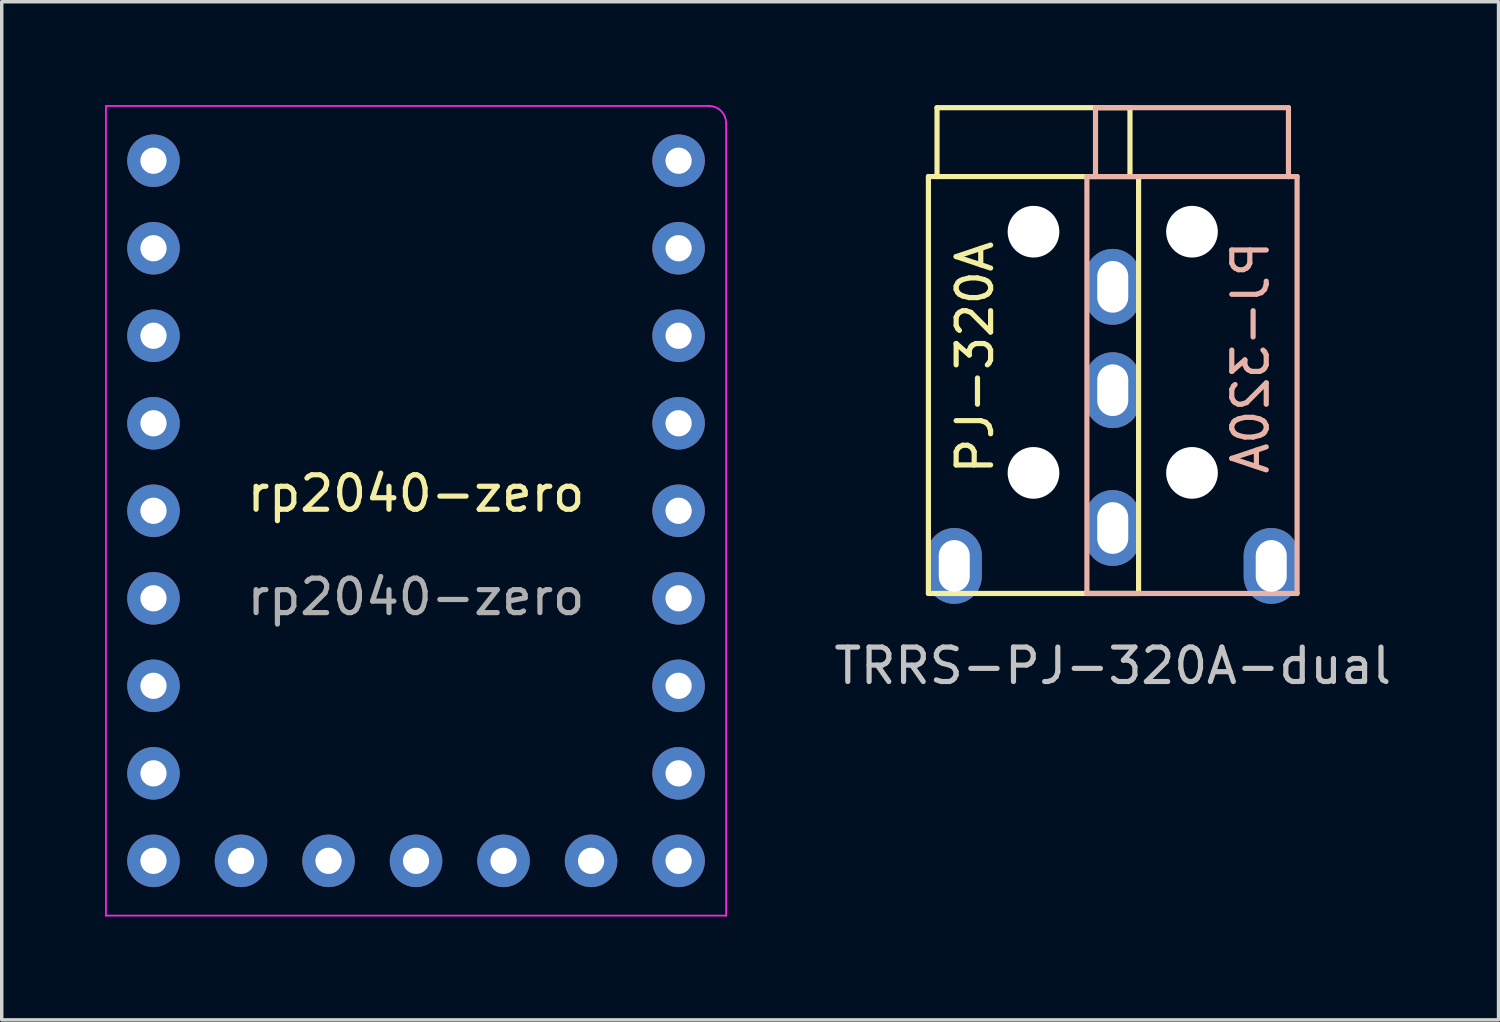
<source format=kicad_pcb>
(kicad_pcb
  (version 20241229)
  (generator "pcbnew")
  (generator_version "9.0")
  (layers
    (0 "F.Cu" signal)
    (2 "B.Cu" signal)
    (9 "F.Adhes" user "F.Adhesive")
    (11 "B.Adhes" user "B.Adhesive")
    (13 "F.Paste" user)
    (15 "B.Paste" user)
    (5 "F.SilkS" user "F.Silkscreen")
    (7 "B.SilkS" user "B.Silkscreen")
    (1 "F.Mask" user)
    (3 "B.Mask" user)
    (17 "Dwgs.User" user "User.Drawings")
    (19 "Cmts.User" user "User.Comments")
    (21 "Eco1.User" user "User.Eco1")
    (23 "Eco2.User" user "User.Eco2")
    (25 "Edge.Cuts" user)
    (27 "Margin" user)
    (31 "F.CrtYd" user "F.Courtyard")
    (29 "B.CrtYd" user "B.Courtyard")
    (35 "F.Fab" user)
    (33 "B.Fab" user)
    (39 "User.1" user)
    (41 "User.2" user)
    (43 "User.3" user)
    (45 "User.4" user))
  (footprint "TRRS-PJ-320A-dual"
    (layer "F.Cu")
    (at 29.246 2.075)
    (property "Reference" "TRRS-PJ-320A-dual" (at 0 14.2 0) (layer "Dwgs.User") (effects (font (size 1 1) (thickness 0.15))))
    (attr through_hole)
    (fp_line (start -5.35 0) (end -5.35 12.1) (stroke (width 0.15) (type solid)) (layer "F.SilkS"))
    (fp_line (start -5.1 0) (end -5.1 -2) (stroke (width 0.15) (type solid)) (layer "F.SilkS"))
    (fp_line (start 0.5 -2) (end -5.1 -2) (stroke (width 0.15) (type solid)) (layer "F.SilkS"))
    (fp_line (start 0.5 0) (end 0.5 -2) (stroke (width 0.15) (type solid)) (layer "F.SilkS"))
    (fp_line (start 0.75 0) (end -5.35 0) (stroke (width 0.15) (type solid)) (layer "F.SilkS"))
    (fp_line (start 0.75 0) (end 0.75 12.1) (stroke (width 0.15) (type solid)) (layer "F.SilkS"))
    (fp_line (start 0.75 12.1) (end -5.35 12.1) (stroke (width 0.15) (type solid)) (layer "F.SilkS"))
    (fp_line (start -0.75 0) (end -0.75 12.1) (stroke (width 0.15) (type solid)) (layer "B.SilkS"))
    (fp_line (start -0.75 0) (end 5.35 0) (stroke (width 0.15) (type solid)) (layer "B.SilkS"))
    (fp_line (start -0.75 12.1) (end 5.35 12.1) (stroke (width 0.15) (type solid)) (layer "B.SilkS"))
    (fp_line (start -0.5 -2) (end 5.1 -2) (stroke (width 0.15) (type solid)) (layer "B.SilkS"))
    (fp_line (start -0.5 0) (end -0.5 -2) (stroke (width 0.15) (type solid)) (layer "B.SilkS"))
    (fp_line (start 5.1 0) (end 5.1 -2) (stroke (width 0.15) (type solid)) (layer "B.SilkS"))
    (fp_line (start 5.35 0) (end 5.35 12.1) (stroke (width 0.15) (type solid)) (layer "B.SilkS"))
    (fp_text user "PJ-320A" (at -4 5.25 90) (layer "F.SilkS") (effects (font (size 1 1) (thickness 0.15))))
    (fp_text user "PJ-320A" (at 4 5.25 270) (layer "B.SilkS") (effects (font (size 1 1) (thickness 0.15)) (justify mirror)))
    (pad "" np_thru_hole circle (at -2.3 1.6) (size 1.5 1.5) (drill 1.5) (layers "*.Cu" "*.Mask"))
    (pad "" np_thru_hole circle (at -2.3 8.6) (size 1.5 1.5) (drill 1.5) (layers "*.Cu" "*.Mask"))
    (pad "" np_thru_hole circle (at 2.3 1.6) (size 1.5 1.5) (drill 1.5) (layers "*.Cu" "*.Mask"))
    (pad "" np_thru_hole circle (at 2.3 8.6) (size 1.5 1.5) (drill 1.5) (layers "*.Cu" "*.Mask"))
    (pad "R1" thru_hole oval (at 0 10.2) (size 1.6 2.2) (drill oval 0.9 1.5) (layers "*.Cu" "*.Mask"))
    (pad "R2" thru_hole oval (at 0 6.2) (size 1.6 2.2) (drill oval 0.9 1.5) (layers "*.Cu" "*.Mask"))
    (pad "S" thru_hole oval (at 0 3.2) (size 1.6 2.2) (drill oval 0.9 1.5) (layers "*.Cu" "*.Mask"))
    (pad "T" thru_hole oval (at -4.6 11.3) (size 1.6 2.2) (drill oval 0.9 1.5) (layers "*.Cu" "*.Mask"))
    (pad "T" thru_hole oval (at 4.6 11.3) (size 1.6 2.2) (drill oval 0.9 1.5) (layers "*.Cu" "*.Mask")))
  (footprint "rp2040-zero"
    (layer "F.Cu")
    (at 9.025 11.775)
    (property "Reference" "rp2040-zero" (at 0 -0.5 0) (unlocked yes) (layer "F.SilkS") (effects (font (size 1 1) (thickness 0.15))))
    (fp_line (start -9 -11.75) (end 8.5 -11.75) (stroke (width 0.05) (type solid)) (layer "F.CrtYd"))
    (fp_line (start -9 11.75) (end -9 -11.75) (stroke (width 0.05) (type solid)) (layer "F.CrtYd"))
    (fp_line (start -9 11.75) (end 9 11.75) (stroke (width 0.05) (type solid)) (layer "F.CrtYd"))
    (fp_line (start 9 11.75) (end 9 -11.25) (stroke (width 0.05) (type solid)) (layer "F.CrtYd"))
    (fp_arc (start 8.5 -11.75) (mid 8.853553 -11.603553) (end 9 -11.25) (stroke (width 0.05) (type solid)) (layer "F.CrtYd"))
    (fp_text user "${REFERENCE}" (at 0 2.5 0) (unlocked yes) (layer "F.Fab") (effects (font (size 1 1) (thickness 0.15))))
    (pad "3V3" thru_hole circle (at -7.62 -5.08) (size 1.524 1.524) (drill 0.762) (layers "*.Cu" "*.Mask"))
    (pad "5V" thru_hole circle (at -7.62 -10.16) (size 1.524 1.524) (drill 0.762) (layers "*.Cu" "*.Mask"))
    (pad "GND" thru_hole circle (at -7.62 -7.62) (size 1.524 1.524) (drill 0.762) (layers "*.Cu" "*.Mask"))
    (pad "GP0" thru_hole circle (at 7.62 -10.16) (size 1.524 1.524) (drill 0.762) (layers "*.Cu" "*.Mask"))
    (pad "GP1" thru_hole circle (at 7.62 -7.62) (size 1.524 1.524) (drill 0.762) (layers "*.Cu" "*.Mask"))
    (pad "GP2" thru_hole circle (at 7.62 -5.08) (size 1.524 1.524) (drill 0.762) (layers "*.Cu" "*.Mask"))
    (pad "GP3" thru_hole circle (at 7.62 -2.54) (size 1.524 1.524) (drill 0.762) (layers "*.Cu" "*.Mask"))
    (pad "GP4" thru_hole circle (at 7.62 0) (size 1.524 1.524) (drill 0.762) (layers "*.Cu" "*.Mask"))
    (pad "GP5" thru_hole circle (at 7.62 2.54) (size 1.524 1.524) (drill 0.762) (layers "*.Cu" "*.Mask"))
    (pad "GP6" thru_hole circle (at 7.62 5.08) (size 1.524 1.524) (drill 0.762) (layers "*.Cu" "*.Mask"))
    (pad "GP7" thru_hole circle (at 7.62 7.62) (size 1.524 1.524) (drill 0.762) (layers "*.Cu" "*.Mask"))
    (pad "GP8" thru_hole circle (at 7.62 10.16) (size 1.524 1.524) (drill 0.762) (layers "*.Cu" "*.Mask"))
    (pad "GP9" thru_hole circle (at 5.08 10.16) (size 1.524 1.524) (drill 0.762) (layers "*.Cu" "*.Mask"))
    (pad "GP10" thru_hole circle (at 2.54 10.16) (size 1.524 1.524) (drill 0.762) (layers "*.Cu" "*.Mask"))
    (pad "GP11" thru_hole circle (at 0 10.16) (size 1.524 1.524) (drill 0.762) (layers "*.Cu" "*.Mask"))
    (pad "GP12" thru_hole circle (at -2.54 10.16) (size 1.524 1.524) (drill 0.762) (layers "*.Cu" "*.Mask"))
    (pad "GP13" thru_hole circle (at -5.08 10.16) (size 1.524 1.524) (drill 0.762) (layers "*.Cu" "*.Mask"))
    (pad "GP14" thru_hole circle (at -7.62 10.16) (size 1.524 1.524) (drill 0.762) (layers "*.Cu" "*.Mask"))
    (pad "GP15" thru_hole circle (at -7.62 7.62) (size 1.524 1.524) (drill 0.762) (layers "*.Cu" "*.Mask"))
    (pad "GP26" thru_hole circle (at -7.62 5.08) (size 1.524 1.524) (drill 0.762) (layers "*.Cu" "*.Mask"))
    (pad "GP27" thru_hole circle (at -7.62 2.54) (size 1.524 1.524) (drill 0.762) (layers "*.Cu" "*.Mask"))
    (pad "GP28" thru_hole circle (at -7.62 0) (size 1.524 1.524) (drill 0.762) (layers "*.Cu" "*.Mask"))
    (pad "GP29" thru_hole circle (at -7.62 -2.54) (size 1.524 1.524) (drill 0.762) (layers "*.Cu" "*.Mask")))
  (gr_rect
    (start -3 -3)
    (end 40.443 26.55)
    (stroke (width 0.1) (type default))
    (fill no)
    (layer "Edge.Cuts")))
</source>
